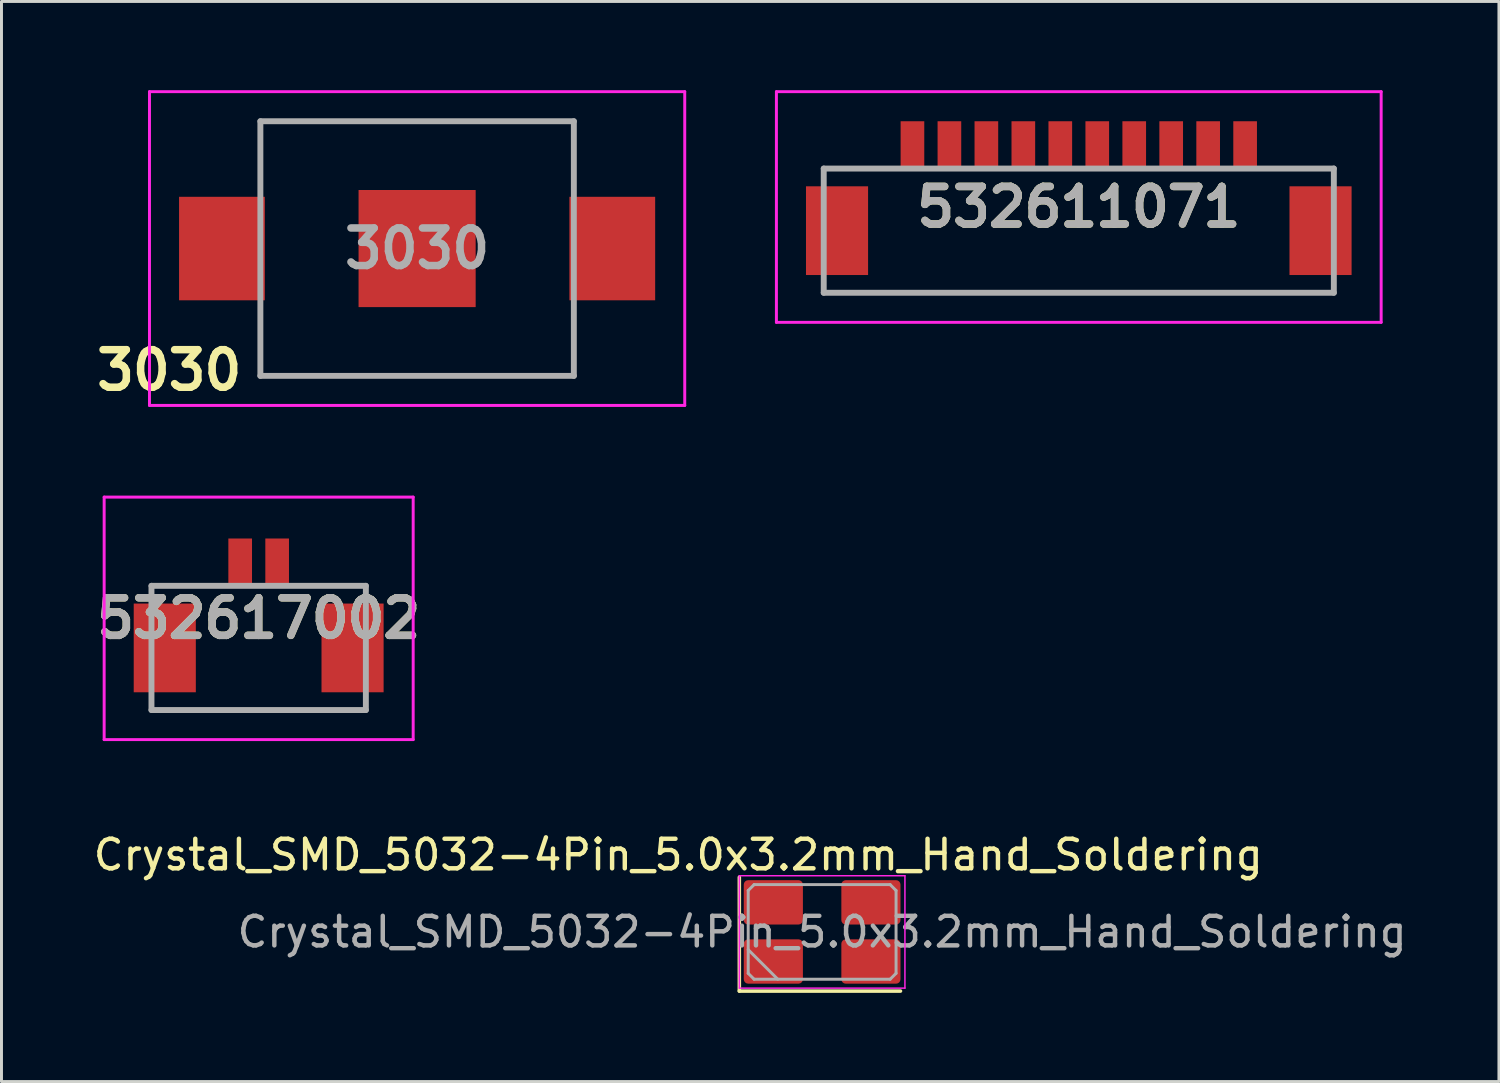
<source format=kicad_pcb>
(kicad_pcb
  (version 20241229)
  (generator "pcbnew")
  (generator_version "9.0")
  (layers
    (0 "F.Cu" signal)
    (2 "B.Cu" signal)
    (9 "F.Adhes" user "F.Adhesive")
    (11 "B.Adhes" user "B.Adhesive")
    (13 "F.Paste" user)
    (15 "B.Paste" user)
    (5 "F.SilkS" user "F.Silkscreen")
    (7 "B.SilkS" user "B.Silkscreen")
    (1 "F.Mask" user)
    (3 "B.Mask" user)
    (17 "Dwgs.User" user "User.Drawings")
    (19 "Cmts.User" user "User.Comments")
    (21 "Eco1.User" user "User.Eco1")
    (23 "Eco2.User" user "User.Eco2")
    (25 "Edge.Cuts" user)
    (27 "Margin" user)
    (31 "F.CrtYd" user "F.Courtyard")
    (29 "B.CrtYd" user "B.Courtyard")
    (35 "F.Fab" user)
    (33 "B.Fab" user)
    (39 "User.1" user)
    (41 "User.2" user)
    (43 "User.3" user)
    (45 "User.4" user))
  (footprint "532617002"
    (layer "F.Cu")
    (at 5.697 17.86)
    (property "Reference" "532617002" (at 0 0 0) (layer "F.SilkS") (effects (font (size 1.27 1.27) (thickness 0.254))))
    (attr smd)
    (fp_line (start -3.625 -1.1) (end -1.5 -1.1) (stroke (width 0.1) (type solid)) (layer "F.SilkS"))
    (fp_line (start -3.625 2.9) (end -3.625 3.1) (stroke (width 0.1) (type solid)) (layer "F.SilkS"))
    (fp_line (start -3.625 3.1) (end 3.625 3.1) (stroke (width 0.1) (type solid)) (layer "F.SilkS"))
    (fp_line (start 1.5 -1.1) (end 3.625 -1.1) (stroke (width 0.1) (type solid)) (layer "F.SilkS"))
    (fp_line (start 3.625 3.1) (end 3.625 2.9) (stroke (width 0.1) (type solid)) (layer "F.SilkS"))
    (fp_line (start -5.225 -4.1) (end 5.225 -4.1) (stroke (width 0.1) (type solid)) (layer "F.CrtYd"))
    (fp_line (start -5.225 4.1) (end -5.225 -4.1) (stroke (width 0.1) (type solid)) (layer "F.CrtYd"))
    (fp_line (start 5.225 -4.1) (end 5.225 4.1) (stroke (width 0.1) (type solid)) (layer "F.CrtYd"))
    (fp_line (start 5.225 4.1) (end -5.225 4.1) (stroke (width 0.1) (type solid)) (layer "F.CrtYd"))
    (fp_line (start -3.625 -1.1) (end 3.625 -1.1) (stroke (width 0.2) (type solid)) (layer "F.Fab"))
    (fp_line (start -3.625 3.1) (end -3.625 -1.1) (stroke (width 0.2) (type solid)) (layer "F.Fab"))
    (fp_line (start 3.625 -1.1) (end 3.625 3.1) (stroke (width 0.2) (type solid)) (layer "F.Fab"))
    (fp_line (start 3.625 3.1) (end -3.625 3.1) (stroke (width 0.2) (type solid)) (layer "F.Fab"))
    (fp_text user "${REFERENCE}" (at 0 0 0) (layer "F.Fab") (effects (font (size 1.27 1.27) (thickness 0.254))))
    (pad "1" smd rect (at -0.625 -1.9) (size 0.8 1.6) (layers "F.Cu" "F.Mask" "F.Paste"))
    (pad "2" smd rect (at 0.625 -1.9) (size 0.8 1.6) (layers "F.Cu" "F.Mask" "F.Paste"))
    (pad "3" smd rect (at -3.175 1) (size 2.1 3) (layers "F.Cu" "F.Mask" "F.Paste"))
    (pad "4" smd rect (at 3.175 1) (size 2.1 3) (layers "F.Cu" "F.Mask" "F.Paste")))
  (footprint "Crystal_SMD_5032-4Pin_5.0x3.2mm_Hand_Soldering"
    (layer "F.Cu")
    (at 24.751 28.464)
    (property "Reference" "Crystal_SMD_5032-4Pin_5.0x3.2mm_Hand_Soldering" (at -4.864 -2.606 0) (layer "F.SilkS") (effects (font (size 1 1) (thickness 0.15))))
    (attr smd)
    (fp_line (start -2.8 -1.85) (end -2.8 2) (stroke (width 0.12) (type solid)) (layer "F.SilkS"))
    (fp_line (start -2.8 2) (end 2.65 2) (stroke (width 0.12) (type solid)) (layer "F.SilkS"))
    (fp_line (start -2.8 -1.9) (end -2.8 1.9) (stroke (width 0.05) (type solid)) (layer "F.CrtYd"))
    (fp_line (start -2.8 1.9) (end 2.8 1.9) (stroke (width 0.05) (type solid)) (layer "F.CrtYd"))
    (fp_line (start 2.8 -1.9) (end -2.8 -1.9) (stroke (width 0.05) (type solid)) (layer "F.CrtYd"))
    (fp_line (start 2.8 1.9) (end 2.8 -1.9) (stroke (width 0.05) (type solid)) (layer "F.CrtYd"))
    (fp_line (start -2.5 -1.4) (end -2.3 -1.6) (stroke (width 0.1) (type solid)) (layer "F.Fab"))
    (fp_line (start -2.5 0.6) (end -1.5 1.6) (stroke (width 0.1) (type solid)) (layer "F.Fab"))
    (fp_line (start -2.5 1.4) (end -2.5 -1.4) (stroke (width 0.1) (type solid)) (layer "F.Fab"))
    (fp_line (start -2.3 -1.6) (end 2.3 -1.6) (stroke (width 0.1) (type solid)) (layer "F.Fab"))
    (fp_line (start -2.3 1.6) (end -2.5 1.4) (stroke (width 0.1) (type solid)) (layer "F.Fab"))
    (fp_line (start 2.3 -1.6) (end 2.5 -1.4) (stroke (width 0.1) (type solid)) (layer "F.Fab"))
    (fp_line (start 2.3 1.6) (end -2.3 1.6) (stroke (width 0.1) (type solid)) (layer "F.Fab"))
    (fp_line (start 2.5 -1.4) (end 2.5 1.4) (stroke (width 0.1) (type solid)) (layer "F.Fab"))
    (fp_line (start 2.5 1.4) (end 2.3 1.6) (stroke (width 0.1) (type solid)) (layer "F.Fab"))
    (fp_text user "${REFERENCE}" (at 0 0 0) (layer "F.Fab") (effects (font (size 1 1) (thickness 0.15))))
    (pad "1" smd roundrect (at -1.65 1 180) (size 2 1.5) (layers "F.Cu" "F.Mask" "F.Paste") (roundrect_rratio 0.1))
    (pad "2" smd roundrect (at 1.65 1) (size 2 1.5) (layers "F.Cu" "F.Mask" "F.Paste") (roundrect_rratio 0.1))
    (pad "3" smd roundrect (at 1.65 -1) (size 2 1.5) (layers "F.Cu" "F.Mask" "F.Paste") (roundrect_rratio 0.1))
    (pad "4" smd roundrect (at -1.65 -1) (size 2 1.5) (layers "F.Cu" "F.Mask" "F.Paste") (roundrect_rratio 0.1)))
  (footprint "3030"
    (layer "F.Cu")
    (at 11.055 5.355)
    (property "Reference" "3030" (at -8.382 4.115 180) (layer "F.SilkS") (effects (font (size 1.27 1.27) (thickness 0.254))))
    (attr smd)
    (fp_line (start -5.3 -4.305) (end 5.08 -4.305) (stroke (width 0.1) (type solid)) (layer "F.SilkS"))
    (fp_line (start -5.08 4.305) (end 5.08 4.305) (stroke (width 0.1) (type solid)) (layer "F.SilkS"))
    (fp_line (start -9.05 -5.305) (end 9.05 -5.305) (stroke (width 0.1) (type solid)) (layer "F.CrtYd"))
    (fp_line (start -9.05 5.305) (end -9.05 -5.305) (stroke (width 0.1) (type solid)) (layer "F.CrtYd"))
    (fp_line (start 9.05 -5.305) (end 9.05 5.305) (stroke (width 0.1) (type solid)) (layer "F.CrtYd"))
    (fp_line (start 9.05 5.305) (end -9.05 5.305) (stroke (width 0.1) (type solid)) (layer "F.CrtYd"))
    (fp_line (start -5.3 -4.305) (end 5.3 -4.305) (stroke (width 0.2) (type solid)) (layer "F.Fab"))
    (fp_line (start -5.3 4.305) (end -5.3 -4.305) (stroke (width 0.2) (type solid)) (layer "F.Fab"))
    (fp_line (start 5.3 -4.305) (end 5.3 4.305) (stroke (width 0.2) (type solid)) (layer "F.Fab"))
    (fp_line (start 5.3 4.305) (end -5.3 4.305) (stroke (width 0.2) (type solid)) (layer "F.Fab"))
    (fp_text user "${REFERENCE}" (at 0 0 180) (layer "F.Fab") (effects (font (size 1.27 1.27) (thickness 0.254))))
    (pad "1" smd rect (at -6.6 0) (size 2.9 3.5) (layers "F.Cu" "F.Mask" "F.Paste"))
    (pad "2" smd rect (at 0 0 90) (size 3.96 3.96) (layers "F.Cu" "F.Mask" "F.Paste"))
    (pad "3" smd rect (at 6.6 0) (size 2.9 3.5) (layers "F.Cu" "F.Mask" "F.Paste")))
  (footprint "532611071"
    (layer "F.Cu")
    (at 33.43 3.95)
    (property "Reference" "532611071" (at 0 0 0) (layer "F.SilkS") (effects (font (size 1.27 1.27) (thickness 0.254))))
    (attr smd)
    (fp_line (start -8.625 2.9) (end 8.625 2.9) (stroke (width 0.1) (type solid)) (layer "F.SilkS"))
    (fp_line (start -6.5 -1.3) (end -8.625 -1.3) (stroke (width 0.1) (type solid)) (layer "F.SilkS"))
    (fp_line (start 6.5 -1.3) (end 8.625 -1.3) (stroke (width 0.1) (type solid)) (layer "F.SilkS"))
    (fp_line (start -10.225 -3.9) (end 10.225 -3.9) (stroke (width 0.1) (type solid)) (layer "F.CrtYd"))
    (fp_line (start -10.225 3.9) (end -10.225 -3.9) (stroke (width 0.1) (type solid)) (layer "F.CrtYd"))
    (fp_line (start 10.225 -3.9) (end 10.225 3.9) (stroke (width 0.1) (type solid)) (layer "F.CrtYd"))
    (fp_line (start 10.225 3.9) (end -10.225 3.9) (stroke (width 0.1) (type solid)) (layer "F.CrtYd"))
    (fp_line (start -8.625 -1.3) (end 8.625 -1.3) (stroke (width 0.2) (type solid)) (layer "F.Fab"))
    (fp_line (start -8.625 2.9) (end -8.625 -1.3) (stroke (width 0.2) (type solid)) (layer "F.Fab"))
    (fp_line (start 8.625 -1.3) (end 8.625 2.9) (stroke (width 0.2) (type solid)) (layer "F.Fab"))
    (fp_line (start 8.625 2.9) (end -8.625 2.9) (stroke (width 0.2) (type solid)) (layer "F.Fab"))
    (fp_text user "${REFERENCE}" (at 0 0 0) (layer "F.Fab") (effects (font (size 1.27 1.27) (thickness 0.254))))
    (pad "1" smd rect (at -5.625 -2.1) (size 0.8 1.6) (layers "F.Cu" "F.Mask" "F.Paste"))
    (pad "2" smd rect (at -4.375 -2.1) (size 0.8 1.6) (layers "F.Cu" "F.Mask" "F.Paste"))
    (pad "3" smd rect (at -3.125 -2.1) (size 0.8 1.6) (layers "F.Cu" "F.Mask" "F.Paste"))
    (pad "4" smd rect (at -1.875 -2.1) (size 0.8 1.6) (layers "F.Cu" "F.Mask" "F.Paste"))
    (pad "5" smd rect (at -0.625 -2.1) (size 0.8 1.6) (layers "F.Cu" "F.Mask" "F.Paste"))
    (pad "6" smd rect (at 0.625 -2.1) (size 0.8 1.6) (layers "F.Cu" "F.Mask" "F.Paste"))
    (pad "7" smd rect (at 1.875 -2.1) (size 0.8 1.6) (layers "F.Cu" "F.Mask" "F.Paste"))
    (pad "8" smd rect (at 3.125 -2.1) (size 0.8 1.6) (layers "F.Cu" "F.Mask" "F.Paste"))
    (pad "9" smd rect (at 4.375 -2.1) (size 0.8 1.6) (layers "F.Cu" "F.Mask" "F.Paste"))
    (pad "10" smd rect (at 5.625 -2.1) (size 0.8 1.6) (layers "F.Cu" "F.Mask" "F.Paste"))
    (pad "11" smd rect (at -8.175 0.8) (size 2.1 3) (layers "F.Cu" "F.Mask" "F.Paste"))
    (pad "12" smd rect (at 8.175 0.8) (size 2.1 3) (layers "F.Cu" "F.Mask" "F.Paste")))
  (gr_rect
    (start -3 -3)
    (end 47.638 33.524)
    (stroke (width 0.1) (type default))
    (fill no)
    (layer "Edge.Cuts")))
</source>
